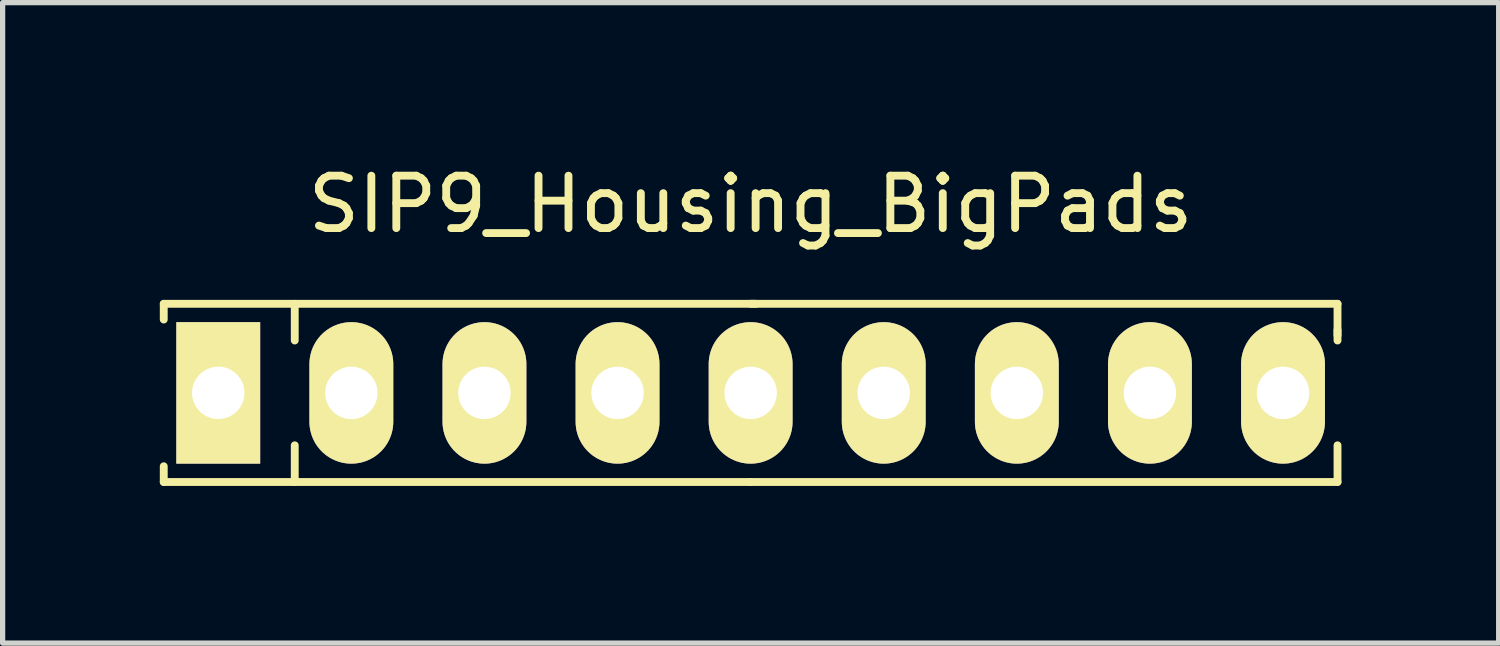
<source format=kicad_pcb>
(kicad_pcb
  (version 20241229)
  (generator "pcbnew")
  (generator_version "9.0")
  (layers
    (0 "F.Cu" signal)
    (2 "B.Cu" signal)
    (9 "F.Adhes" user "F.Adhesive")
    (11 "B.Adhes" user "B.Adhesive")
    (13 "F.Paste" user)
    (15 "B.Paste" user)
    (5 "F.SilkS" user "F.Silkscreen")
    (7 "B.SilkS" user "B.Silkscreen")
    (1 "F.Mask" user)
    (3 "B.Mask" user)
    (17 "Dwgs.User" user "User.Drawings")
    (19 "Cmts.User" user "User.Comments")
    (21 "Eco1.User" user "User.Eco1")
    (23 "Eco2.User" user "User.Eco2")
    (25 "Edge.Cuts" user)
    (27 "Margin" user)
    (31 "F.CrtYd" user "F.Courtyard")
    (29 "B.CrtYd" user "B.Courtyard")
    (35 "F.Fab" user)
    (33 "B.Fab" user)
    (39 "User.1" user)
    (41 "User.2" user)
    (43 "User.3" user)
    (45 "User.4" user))
  (footprint "SIP9_Housing_BigPads"
    (layer "F.Cu")
    (at 11.275 4.448)
    (property "Reference" "SIP9_Housing_BigPads" (at 0 -3.6 0) (layer "F.SilkS") (effects (font (size 1 1) (thickness 0.15))))
    (attr through_hole)
    (fp_line (start -11.2 -1.7) (end -11.2 -1.4) (stroke (width 0.15) (type solid)) (layer "F.SilkS"))
    (fp_line (start -11.2 1.7) (end -11.2 1.4) (stroke (width 0.15) (type solid)) (layer "F.SilkS"))
    (fp_line (start -8.7 -1.7) (end -8.7 -1) (stroke (width 0.15) (type solid)) (layer "F.SilkS"))
    (fp_line (start -8.7 1.7) (end -8.7 1) (stroke (width 0.15) (type solid)) (layer "F.SilkS"))
    (fp_line (start 0 -1.7) (end 11.2 -1.7) (stroke (width 0.15) (type solid)) (layer "F.SilkS"))
    (fp_line (start 0 1.7) (end -11.2 1.7) (stroke (width 0.15) (type solid)) (layer "F.SilkS"))
    (fp_line (start 0 1.7) (end 11.2 1.7) (stroke (width 0.15) (type solid)) (layer "F.SilkS"))
    (fp_line (start 0.1 -1.7) (end -11.2 -1.7) (stroke (width 0.15) (type solid)) (layer "F.SilkS"))
    (fp_line (start 11.2 -1.7) (end 11.2 -1.1) (stroke (width 0.15) (type solid)) (layer "F.SilkS"))
    (fp_line (start 11.2 -1.2) (end 11.2 -1) (stroke (width 0.15) (type solid)) (layer "F.SilkS"))
    (fp_line (start 11.2 1.7) (end 11.2 1) (stroke (width 0.15) (type solid)) (layer "F.SilkS"))
    (pad "1" thru_hole rect (at -10.16 0 90) (size 2.7 1.6) (drill 1) (layers "*.Cu" "*.Mask" "F.SilkS"))
    (pad "2" thru_hole oval (at -7.62 0 90) (size 2.7 1.6) (drill 1) (layers "*.Cu" "*.Mask" "F.SilkS"))
    (pad "3" thru_hole oval (at -5.08 0 90) (size 2.7 1.6) (drill 1) (layers "*.Cu" "*.Mask" "F.SilkS"))
    (pad "4" thru_hole oval (at -2.54 0 90) (size 2.7 1.6) (drill 1) (layers "*.Cu" "*.Mask" "F.SilkS"))
    (pad "5" thru_hole oval (at 0 0 90) (size 2.7 1.6) (drill 1) (layers "*.Cu" "*.Mask" "F.SilkS"))
    (pad "6" thru_hole oval (at 2.54 0 90) (size 2.7 1.6) (drill 1) (layers "*.Cu" "*.Mask" "F.SilkS"))
    (pad "7" thru_hole oval (at 5.08 0 90) (size 2.7 1.6) (drill 1) (layers "*.Cu" "*.Mask" "F.SilkS"))
    (pad "8" thru_hole oval (at 7.62 0 90) (size 2.7 1.6) (drill 1) (layers "*.Cu" "*.Mask" "F.SilkS"))
    (pad "9" thru_hole oval (at 10.16 0 90) (size 2.7 1.6) (drill 1) (layers "*.Cu" "*.Mask" "F.SilkS")))
  (gr_rect
    (start -3 -3)
    (end 25.55 9.223)
    (stroke (width 0.1) (type default))
    (fill no)
    (layer "Edge.Cuts")))
</source>
